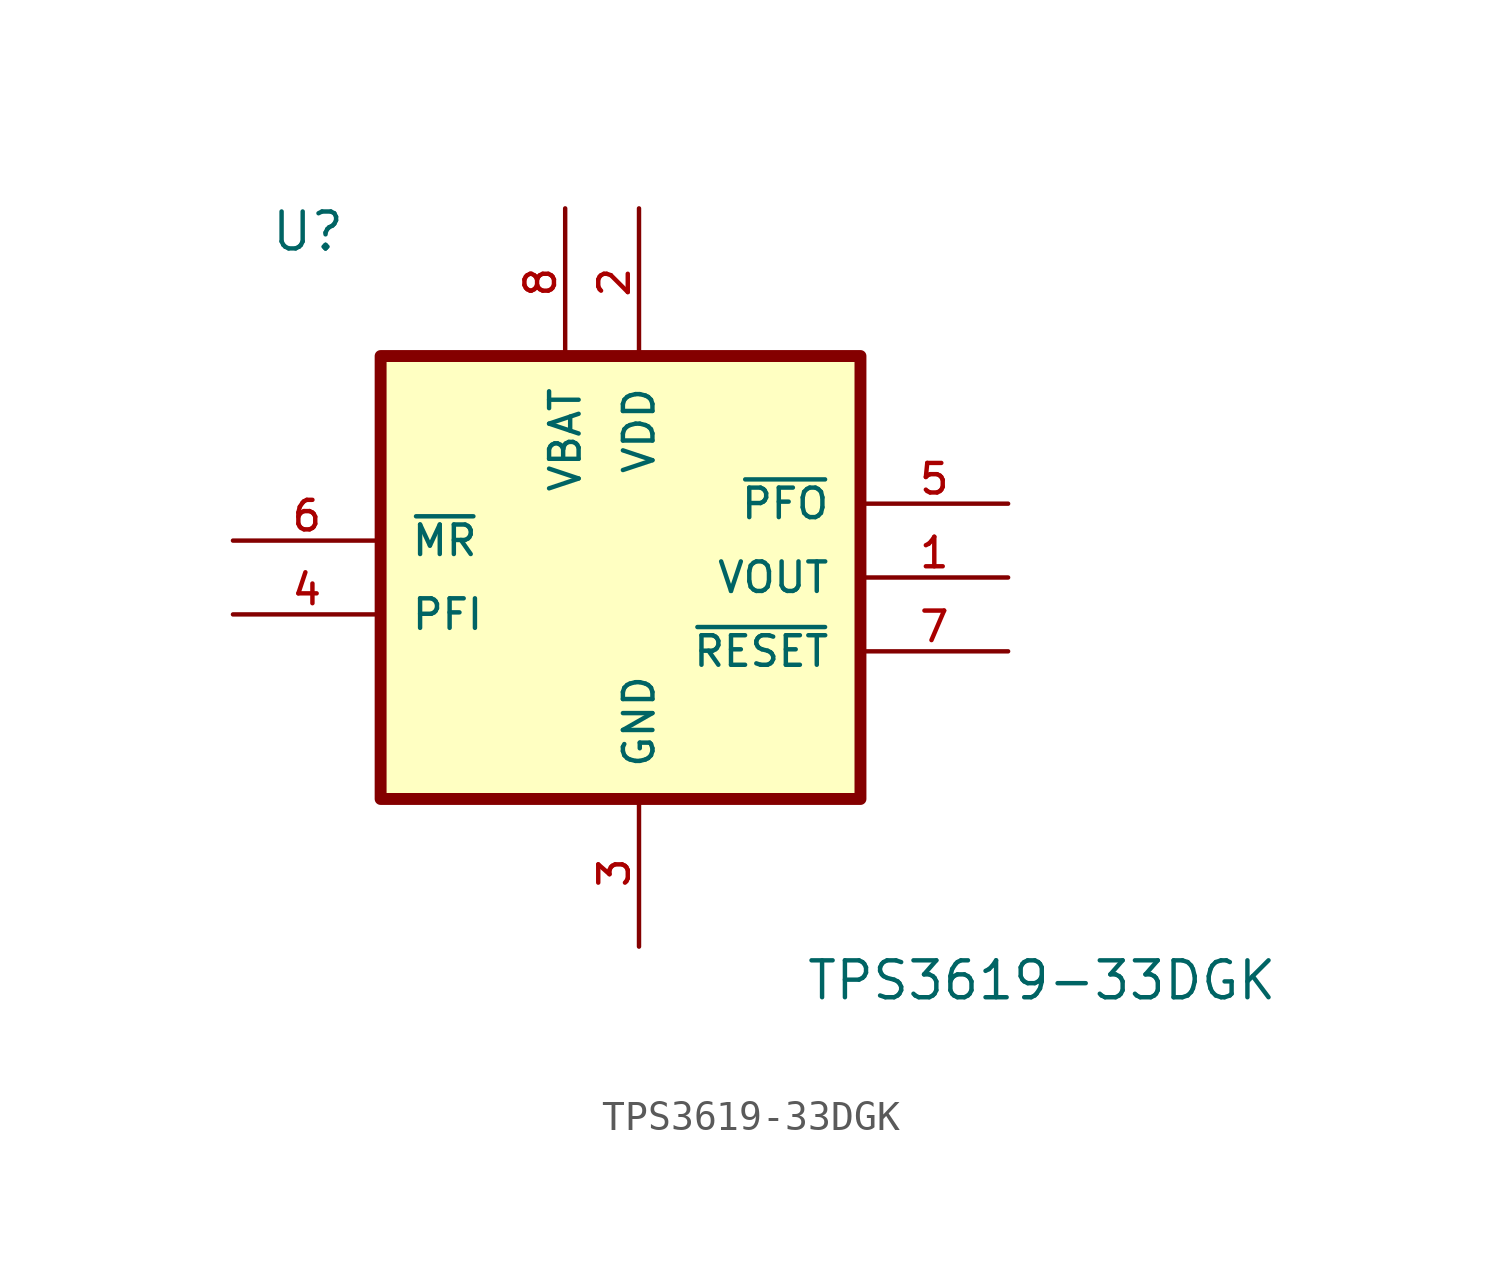
<source format=kicad_sym>
(kicad_symbol_lib
  (version 20220914)
  (generator kicad_symbol_editor)
  (symbol "TPS3619-33DGK"
    (pin_names
      (offset 1.016))
    (property "Reference" "U"
      (at -12.7 13.7 0)
      (effects (font (size 1.27 1.27)) (justify left bottom)))
    (property "Value" "TPS3619-33DGK"
      (at 5.715 -12.065 0)
      (effects (font (size 1.27 1.27)) (justify left bottom)))
    (symbol "TPS3619-33DGK_0_0"
      (rectangle (start -8.89 10.16) (end 7.62 -5.08) (stroke (width 0.41) (type default)) (fill (type background)))
      (pin power_in line (at 0 15.24 270) (length 5.08) (name "VDD" (effects (font (size 1.016 1.016)))) (number "2" (effects (font (size 1.016 1.016)))))
      (pin power_in line (at 0 -10.16 90) (length 5.08) (name "GND" (effects (font (size 1.016 1.016)))) (number "3" (effects (font (size 1.016 1.016)))))
      (pin input line (at -13.97 1.27 0) (length 5.08) (name "PFI" (effects (font (size 1.016 1.016)))) (number "4" (effects (font (size 1.016 1.016)))))
      (pin output line (at 12.7 5.08 180) (length 5.08) (name "~{PFO}" (effects (font (size 1.016 1.016)))) (number "5" (effects (font (size 1.016 1.016)))))
      (pin input line (at -13.97 3.81 0) (length 5.08) (name "~{MR}" (effects (font (size 1.016 1.016)))) (number "6" (effects (font (size 1.016 1.016)))))
      (pin input line (at 12.7 0 180) (length 5.08) (name "~{RESET}" (effects (font (size 1.016 1.016)))) (number "7" (effects (font (size 1.016 1.016))))))
    (symbol "TPS3619-33DGK_1_0"
      (pin power_out line (at 12.7 2.54 180) (length 5.08) (name "VOUT" (effects (font (size 1.016 1.016)))) (number "1" (effects (font (size 1.016 1.016)))))
      (pin power_in line (at -2.54 15.24 270) (length 5.08) (name "VBAT" (effects (font (size 1.016 1.016)))) (number "8" (effects (font (size 1.016 1.016))))))))
</source>
